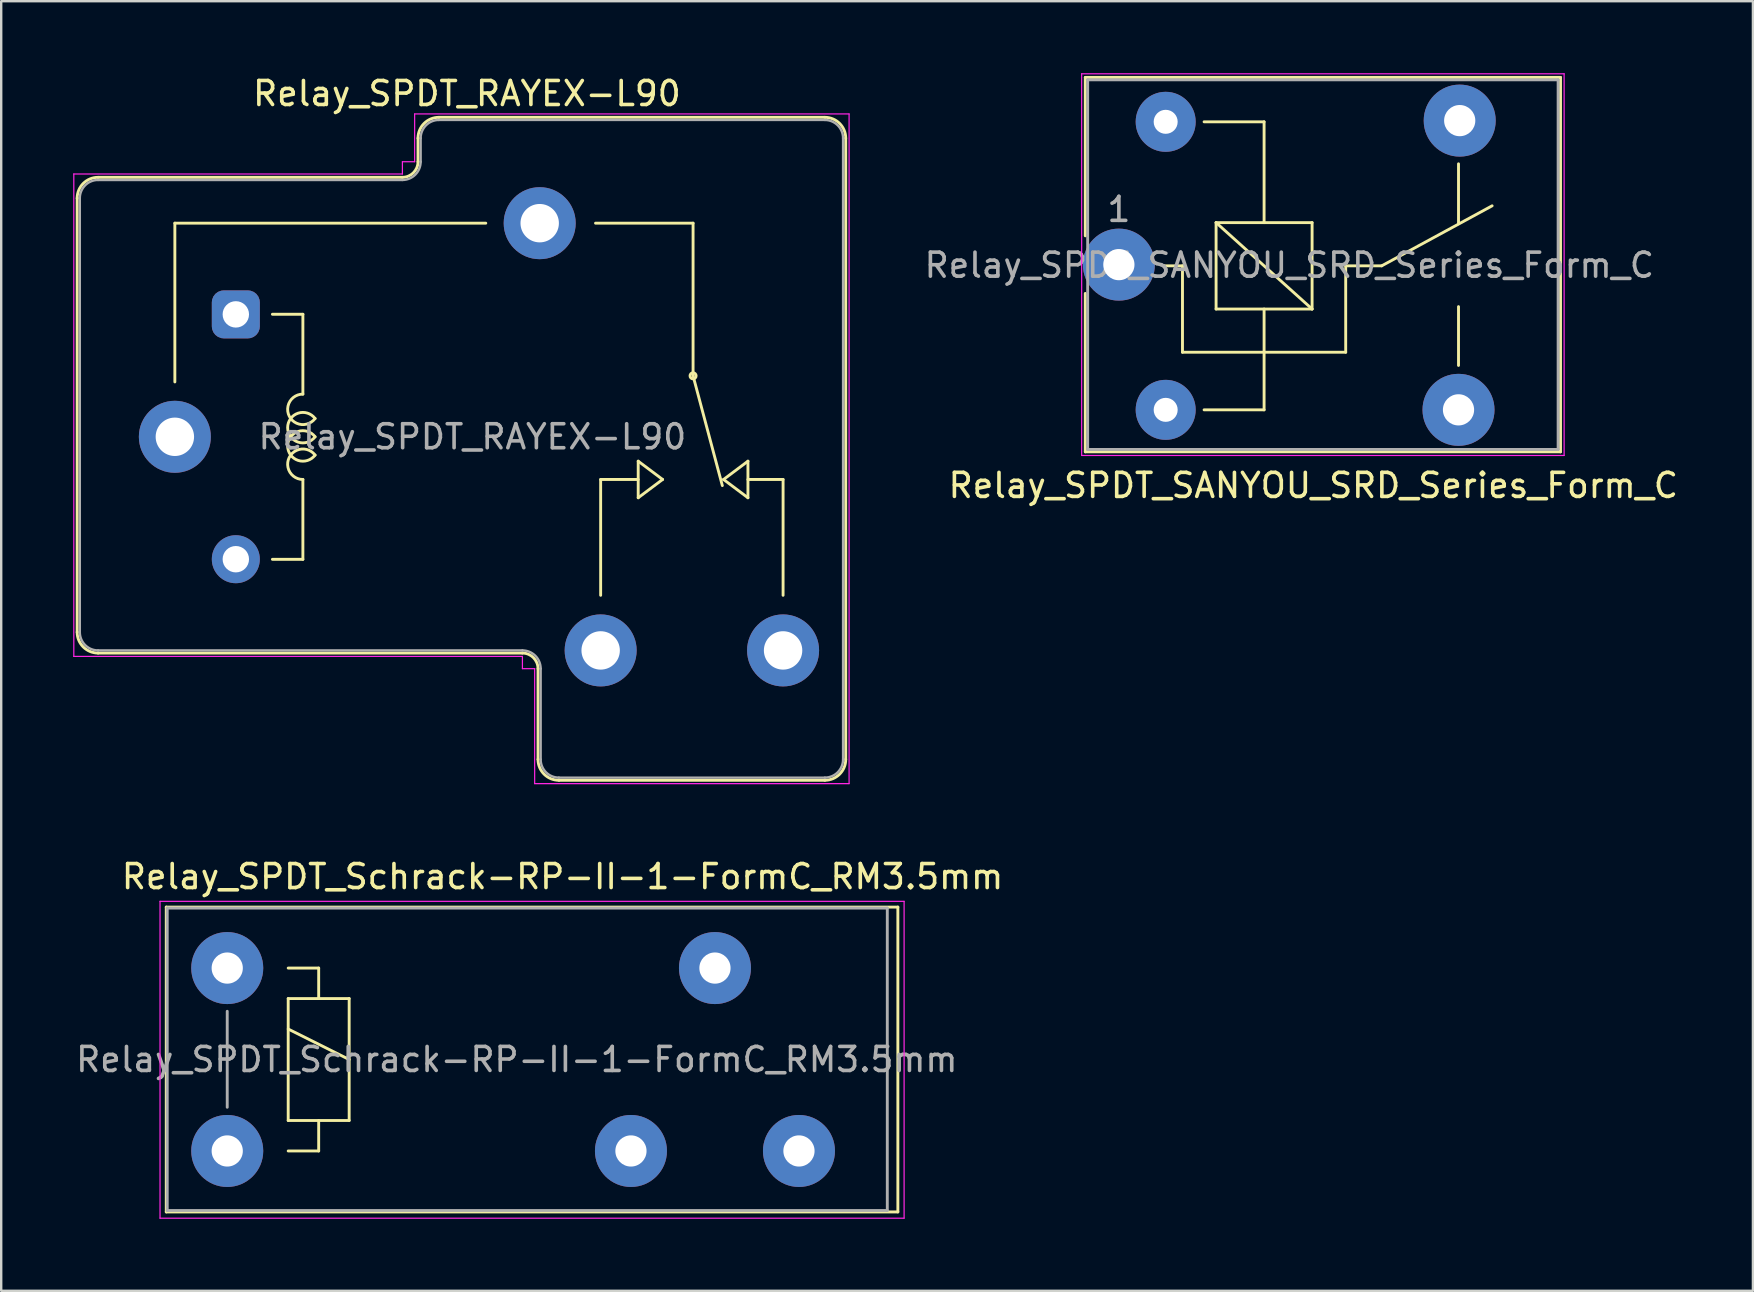
<source format=kicad_pcb>
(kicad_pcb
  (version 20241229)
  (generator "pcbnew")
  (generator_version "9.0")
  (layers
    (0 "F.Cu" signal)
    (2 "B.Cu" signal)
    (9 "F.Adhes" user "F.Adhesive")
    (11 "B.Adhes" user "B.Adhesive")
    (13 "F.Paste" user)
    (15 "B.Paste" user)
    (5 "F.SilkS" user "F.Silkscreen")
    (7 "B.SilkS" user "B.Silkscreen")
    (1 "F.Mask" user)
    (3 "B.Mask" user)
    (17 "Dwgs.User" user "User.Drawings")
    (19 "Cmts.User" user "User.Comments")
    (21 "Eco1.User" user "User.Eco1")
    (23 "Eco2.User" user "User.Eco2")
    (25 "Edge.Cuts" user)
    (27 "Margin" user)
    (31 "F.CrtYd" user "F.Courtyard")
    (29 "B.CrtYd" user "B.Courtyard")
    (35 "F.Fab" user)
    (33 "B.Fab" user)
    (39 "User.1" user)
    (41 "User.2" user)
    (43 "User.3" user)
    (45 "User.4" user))
  (footprint "Relay_SPDT_RAYEX-L90"
    (layer "F.Cu")
    (at 4.235 15.148)
    (property "Reference" "Relay_SPDT_RAYEX-L90" (at 12.167 -14.3 0) (layer "F.SilkS") (effects (font (size 1 1) (thickness 0.15))))
    (attr through_hole)
    (fp_line (start -4.07 -9.94) (end -4.07 8.14) (stroke (width 0.12) (type solid)) (layer "F.SilkS"))
    (fp_line (start -3.2 -10.81) (end 9.48 -10.81) (stroke (width 0.12) (type solid)) (layer "F.SilkS"))
    (fp_line (start -3.2 9.01) (end 14.48 9.01) (stroke (width 0.12) (type solid)) (layer "F.SilkS"))
    (fp_line (start 0 -8.9) (end 0 -2.286) (stroke (width 0.12) (type solid)) (layer "F.SilkS"))
    (fp_line (start 0 -8.9) (end 12.954 -8.9) (stroke (width 0.12) (type solid)) (layer "F.SilkS"))
    (fp_line (start 4.064 -5.105) (end 5.334 -5.105) (stroke (width 0.12) (type solid)) (layer "F.SilkS"))
    (fp_line (start 5.334 -1.778) (end 5.334 -5.105) (stroke (width 0.12) (type solid)) (layer "F.SilkS"))
    (fp_line (start 5.334 5.105) (end 4.064 5.105) (stroke (width 0.12) (type solid)) (layer "F.SilkS"))
    (fp_line (start 5.334 5.105) (end 5.334 1.778) (stroke (width 0.12) (type solid)) (layer "F.SilkS"))
    (fp_line (start 10.13 -12.44) (end 10.13 -11.46) (stroke (width 0.12) (type solid)) (layer "F.SilkS"))
    (fp_line (start 11 -13.31) (end 27.08 -13.31) (stroke (width 0.12) (type solid)) (layer "F.SilkS"))
    (fp_line (start 15.13 9.66) (end 15.13 13.44) (stroke (width 0.12) (type solid)) (layer "F.SilkS"))
    (fp_line (start 16 14.31) (end 27.08 14.31) (stroke (width 0.12) (type solid)) (layer "F.SilkS"))
    (fp_line (start 17.74 1.778) (end 19.304 1.778) (stroke (width 0.12) (type solid)) (layer "F.SilkS"))
    (fp_line (start 17.74 6.604) (end 17.74 1.778) (stroke (width 0.12) (type solid)) (layer "F.SilkS"))
    (fp_line (start 19.304 1.016) (end 19.304 2.54) (stroke (width 0.12) (type solid)) (layer "F.SilkS"))
    (fp_line (start 19.304 2.54) (end 20.32 1.778) (stroke (width 0.12) (type solid)) (layer "F.SilkS"))
    (fp_line (start 20.32 1.778) (end 19.304 1.016) (stroke (width 0.12) (type solid)) (layer "F.SilkS"))
    (fp_line (start 21.59 -8.9) (end 17.526 -8.9) (stroke (width 0.12) (type solid)) (layer "F.SilkS"))
    (fp_line (start 21.59 -2.54) (end 21.59 -8.9) (stroke (width 0.12) (type solid)) (layer "F.SilkS"))
    (fp_line (start 21.59 -2.54) (end 22.809 2.032) (stroke (width 0.12) (type solid)) (layer "F.SilkS"))
    (fp_line (start 22.86 1.778) (end 23.876 1.016) (stroke (width 0.12) (type solid)) (layer "F.SilkS"))
    (fp_line (start 23.876 1.778) (end 25.34 1.778) (stroke (width 0.12) (type solid)) (layer "F.SilkS"))
    (fp_line (start 23.876 2.54) (end 22.86 1.778) (stroke (width 0.12) (type solid)) (layer "F.SilkS"))
    (fp_line (start 23.876 2.54) (end 23.876 1.016) (stroke (width 0.12) (type solid)) (layer "F.SilkS"))
    (fp_line (start 25.34 1.778) (end 25.34 6.604) (stroke (width 0.12) (type solid)) (layer "F.SilkS"))
    (fp_line (start 27.95 -12.44) (end 27.95 13.44) (stroke (width 0.12) (type solid)) (layer "F.SilkS"))
    (fp_arc (start -4.07 -9.94) (mid -3.815183 -10.555183) (end -3.2 -10.81) (stroke (width 0.12) (type solid)) (layer "F.SilkS"))
    (fp_arc (start -3.2 9.01) (mid -3.815183 8.755183) (end -4.07 8.14) (stroke (width 0.12) (type solid)) (layer "F.SilkS"))
    (fp_arc (start 5.334002 1.777997) (mid 4.765966 0.859166) (end 5.841802 0.76173) (stroke (width 0.12) (type solid)) (layer "F.SilkS"))
    (fp_arc (start 5.8418 -0.761733) (mid 4.765964 -0.859168) (end 5.334 -1.778) (stroke (width 0.12) (type solid)) (layer "F.SilkS"))
    (fp_arc (start 5.842265 -0.000355) (mid 4.699002 -0.38078) (end 5.842 -0.762001) (stroke (width 0.12) (type solid)) (layer "F.SilkS"))
    (fp_arc (start 5.842266 0.761644) (mid 4.699003 0.381219) (end 5.842001 -0.000002) (stroke (width 0.12) (type solid)) (layer "F.SilkS"))
    (fp_arc (start 10.13 -12.44) (mid 10.384817 -13.055183) (end 11 -13.31) (stroke (width 0.12) (type solid)) (layer "F.SilkS"))
    (fp_arc (start 10.13 -11.46) (mid 9.939619 -11.000381) (end 9.48 -10.81) (stroke (width 0.12) (type solid)) (layer "F.SilkS"))
    (fp_arc (start 14.48 9.01) (mid 14.939619 9.200381) (end 15.13 9.66) (stroke (width 0.12) (type solid)) (layer "F.SilkS"))
    (fp_arc (start 16 14.31) (mid 15.384817 14.055183) (end 15.13 13.44) (stroke (width 0.12) (type solid)) (layer "F.SilkS"))
    (fp_arc (start 27.08 -13.31) (mid 27.695183 -13.055183) (end 27.95 -12.44) (stroke (width 0.12) (type solid)) (layer "F.SilkS"))
    (fp_arc (start 27.95 13.44) (mid 27.695183 14.055183) (end 27.08 14.31) (stroke (width 0.12) (type solid)) (layer "F.SilkS"))
    (fp_circle (center 21.59 -2.54) (end 21.59 -2.413) (stroke (width 0.12) (type solid)) (fill no) (layer "F.SilkS"))
    (fp_line (start -4.21 -10.95) (end -4.21 9.15) (stroke (width 0.05) (type solid)) (layer "F.CrtYd"))
    (fp_line (start -4.21 -10.95) (end 9.48 -10.95) (stroke (width 0.05) (type solid)) (layer "F.CrtYd"))
    (fp_line (start -4.21 9.15) (end 14.48 9.15) (stroke (width 0.05) (type solid)) (layer "F.CrtYd"))
    (fp_line (start 9.48 -11.46) (end 9.48 -10.95) (stroke (width 0.05) (type solid)) (layer "F.CrtYd"))
    (fp_line (start 9.48 -11.46) (end 9.99 -11.46) (stroke (width 0.05) (type solid)) (layer "F.CrtYd"))
    (fp_line (start 9.99 -13.45) (end 9.99 -11.46) (stroke (width 0.05) (type solid)) (layer "F.CrtYd"))
    (fp_line (start 9.99 -13.45) (end 28.09 -13.45) (stroke (width 0.05) (type solid)) (layer "F.CrtYd"))
    (fp_line (start 14.48 9.15) (end 14.48 9.66) (stroke (width 0.05) (type solid)) (layer "F.CrtYd"))
    (fp_line (start 14.48 9.66) (end 14.99 9.66) (stroke (width 0.05) (type solid)) (layer "F.CrtYd"))
    (fp_line (start 14.99 9.66) (end 14.99 14.45) (stroke (width 0.05) (type solid)) (layer "F.CrtYd"))
    (fp_line (start 14.99 14.45) (end 28.09 14.45) (stroke (width 0.05) (type solid)) (layer "F.CrtYd"))
    (fp_line (start 28.09 -13.45) (end 28.09 14.45) (stroke (width 0.05) (type solid)) (layer "F.CrtYd"))
    (fp_line (start -3.96 -9.94) (end -3.96 8.14) (stroke (width 0.1) (type solid)) (layer "F.Fab"))
    (fp_line (start -3.2 -10.7) (end 9.48 -10.7) (stroke (width 0.1) (type solid)) (layer "F.Fab"))
    (fp_line (start -3.2 8.9) (end 14.48 8.9) (stroke (width 0.1) (type solid)) (layer "F.Fab"))
    (fp_line (start 10.24 -12.44) (end 10.24 -11.46) (stroke (width 0.1) (type solid)) (layer "F.Fab"))
    (fp_line (start 11 -13.2) (end 27.08 -13.2) (stroke (width 0.1) (type solid)) (layer "F.Fab"))
    (fp_line (start 15.24 9.66) (end 15.24 13.44) (stroke (width 0.1) (type solid)) (layer "F.Fab"))
    (fp_line (start 16 14.2) (end 27.08 14.2) (stroke (width 0.1) (type solid)) (layer "F.Fab"))
    (fp_line (start 27.84 -12.44) (end 27.84 13.44) (stroke (width 0.1) (type solid)) (layer "F.Fab"))
    (fp_arc (start -3.96 -9.94) (mid -3.737401 -10.477401) (end -3.2 -10.7) (stroke (width 0.1) (type solid)) (layer "F.Fab"))
    (fp_arc (start -3.2 8.9) (mid -3.737401 8.677401) (end -3.96 8.14) (stroke (width 0.1) (type solid)) (layer "F.Fab"))
    (fp_arc (start 10.24 -12.44) (mid 10.462599 -12.977401) (end 11 -13.2) (stroke (width 0.1) (type solid)) (layer "F.Fab"))
    (fp_arc (start 10.24 -11.46) (mid 10.017401 -10.922599) (end 9.48 -10.7) (stroke (width 0.1) (type solid)) (layer "F.Fab"))
    (fp_arc (start 14.48 8.9) (mid 15.017401 9.122599) (end 15.24 9.66) (stroke (width 0.1) (type solid)) (layer "F.Fab"))
    (fp_arc (start 16 14.2) (mid 15.462599 13.977401) (end 15.24 13.44) (stroke (width 0.1) (type solid)) (layer "F.Fab"))
    (fp_arc (start 27.08 -13.2) (mid 27.617401 -12.977401) (end 27.84 -12.44) (stroke (width 0.1) (type solid)) (layer "F.Fab"))
    (fp_arc (start 27.84 13.44) (mid 27.617401 13.977401) (end 27.08 14.2) (stroke (width 0.1) (type solid)) (layer "F.Fab"))
    (fp_text user "${REFERENCE}" (at 12.395 0 0) (layer "F.Fab") (effects (font (size 1 1) (thickness 0.15))))
    (pad "11A" thru_hole circle (at 0 0 180) (size 3 3) (drill 1.6) (layers "*.Cu" "*.Mask"))
    (pad "11B" thru_hole circle (at 15.2 -8.9 180) (size 3 3) (drill 1.6) (layers "*.Cu" "*.Mask"))
    (pad "12" thru_hole circle (at 25.34 8.9 180) (size 3 3) (drill 1.6) (layers "*.Cu" "*.Mask"))
    (pad "14" thru_hole circle (at 17.74 8.9 180) (size 3 3) (drill 1.6) (layers "*.Cu" "*.Mask"))
    (pad "A1" thru_hole roundrect (at 2.54 -5.1 180) (size 2 2) (drill 1.1) (layers "*.Cu" "*.Mask") (roundrect_rratio 0.25))
    (pad "A2" thru_hole circle (at 2.54 5.1 180) (size 2 2) (drill 1.1) (layers "*.Cu" "*.Mask")))
  (footprint "Relay_SPDT_Schrack-RP-II-1-FormC_RM3.5mm"
    (layer "F.Cu")
    (at 6.417 37.282)
    (property "Reference" "Relay_SPDT_Schrack-RP-II-1-FormC_RM3.5mm" (at 13.97 -3.81 0) (layer "F.SilkS") (effects (font (size 1 1) (thickness 0.15))))
    (attr through_hole)
    (fp_line (start -2.54 -2.54) (end 27.94 -2.54) (stroke (width 0.12) (type solid)) (layer "F.SilkS"))
    (fp_line (start -2.54 10.16) (end -2.54 -2.54) (stroke (width 0.12) (type solid)) (layer "F.SilkS"))
    (fp_line (start 2.54 0) (end 3.81 0) (stroke (width 0.12) (type solid)) (layer "F.SilkS"))
    (fp_line (start 2.54 1.27) (end 3.81 1.27) (stroke (width 0.12) (type solid)) (layer "F.SilkS"))
    (fp_line (start 2.54 2.54) (end 5.08 3.81) (stroke (width 0.12) (type solid)) (layer "F.SilkS"))
    (fp_line (start 2.54 6.35) (end 2.54 1.27) (stroke (width 0.12) (type solid)) (layer "F.SilkS"))
    (fp_line (start 3.81 0) (end 3.81 1.27) (stroke (width 0.12) (type solid)) (layer "F.SilkS"))
    (fp_line (start 3.81 1.27) (end 5.08 1.27) (stroke (width 0.12) (type solid)) (layer "F.SilkS"))
    (fp_line (start 3.81 6.35) (end 3.81 7.62) (stroke (width 0.12) (type solid)) (layer "F.SilkS"))
    (fp_line (start 3.81 7.62) (end 2.54 7.62) (stroke (width 0.12) (type solid)) (layer "F.SilkS"))
    (fp_line (start 5.08 1.27) (end 5.08 6.35) (stroke (width 0.12) (type solid)) (layer "F.SilkS"))
    (fp_line (start 5.08 6.35) (end 2.54 6.35) (stroke (width 0.12) (type solid)) (layer "F.SilkS"))
    (fp_line (start 27.94 -2.54) (end 27.94 10.16) (stroke (width 0.12) (type solid)) (layer "F.SilkS"))
    (fp_line (start 27.94 10.16) (end -2.54 10.16) (stroke (width 0.12) (type solid)) (layer "F.SilkS"))
    (fp_line (start -2.8 -2.78) (end 28.2 -2.78) (stroke (width 0.05) (type solid)) (layer "F.CrtYd"))
    (fp_line (start -2.8 10.42) (end -2.8 -2.78) (stroke (width 0.05) (type solid)) (layer "F.CrtYd"))
    (fp_line (start 28.2 -2.78) (end 28.2 10.42) (stroke (width 0.05) (type solid)) (layer "F.CrtYd"))
    (fp_line (start 28.2 10.42) (end -2.8 10.42) (stroke (width 0.05) (type solid)) (layer "F.CrtYd"))
    (fp_line (start -2.5 -2.5) (end 27.5 -2.5) (stroke (width 0.12) (type solid)) (layer "F.Fab"))
    (fp_line (start -2.5 10.1) (end -2.5 -2.5) (stroke (width 0.12) (type solid)) (layer "F.Fab"))
    (fp_line (start 0 1.8) (end 0 5.8) (stroke (width 0.12) (type solid)) (layer "F.Fab"))
    (fp_line (start 27.5 -2.5) (end 27.5 10.1) (stroke (width 0.12) (type solid)) (layer "F.Fab"))
    (fp_line (start 27.5 10.1) (end -2.5 10.1) (stroke (width 0.12) (type solid)) (layer "F.Fab"))
    (fp_text user "${REFERENCE}" (at 12.065 3.81 0) (layer "F.Fab") (effects (font (size 1 1) (thickness 0.15))))
    (pad "11" thru_hole circle (at 20.32 0) (size 3 3) (drill 1.3) (layers "*.Cu" "*.Mask"))
    (pad "12" thru_hole circle (at 16.82 7.62) (size 3 3) (drill 1.3) (layers "*.Cu" "*.Mask"))
    (pad "14" thru_hole circle (at 23.82 7.62) (size 3 3) (drill 1.3) (layers "*.Cu" "*.Mask"))
    (pad "A1" thru_hole circle (at 0 0) (size 3 3) (drill 1.3) (layers "*.Cu" "*.Mask"))
    (pad "A2" thru_hole circle (at 0 7.62) (size 3 3) (drill 1.3) (layers "*.Cu" "*.Mask")))
  (footprint "Relay_SPDT_SANYOU_SRD_Series_Form_C"
    (layer "F.Cu")
    (at 43.565 7.975)
    (property "Reference" "Relay_SPDT_SANYOU_SRD_Series_Form_C" (at 8.1 9.2 0) (layer "F.SilkS") (effects (font (size 1 1) (thickness 0.15))))
    (attr through_hole)
    (fp_line (start -1.4 -7.8) (end -1.4 -1.2) (stroke (width 0.12) (type solid)) (layer "F.SilkS"))
    (fp_line (start -1.4 -7.8) (end 18.4 -7.8) (stroke (width 0.12) (type solid)) (layer "F.SilkS"))
    (fp_line (start -1.4 1.2) (end -1.4 7.8) (stroke (width 0.12) (type solid)) (layer "F.SilkS"))
    (fp_line (start 2.65 0.05) (end 1.85 0.05) (stroke (width 0.12) (type solid)) (layer "F.SilkS"))
    (fp_line (start 2.65 0.05) (end 2.65 3.65) (stroke (width 0.12) (type solid)) (layer "F.SilkS"))
    (fp_line (start 3.55 6.05) (end 6.05 6.05) (stroke (width 0.12) (type solid)) (layer "F.SilkS"))
    (fp_line (start 4.05 -1.75) (end 8.05 -1.75) (stroke (width 0.12) (type solid)) (layer "F.SilkS"))
    (fp_line (start 4.05 1.85) (end 4.05 -1.75) (stroke (width 0.12) (type solid)) (layer "F.SilkS"))
    (fp_line (start 6.05 -5.95) (end 3.55 -5.95) (stroke (width 0.12) (type solid)) (layer "F.SilkS"))
    (fp_line (start 6.05 -5.95) (end 6.05 -1.75) (stroke (width 0.12) (type solid)) (layer "F.SilkS"))
    (fp_line (start 6.05 1.85) (end 6.05 6.05) (stroke (width 0.12) (type solid)) (layer "F.SilkS"))
    (fp_line (start 8.05 -1.75) (end 8.05 1.85) (stroke (width 0.12) (type solid)) (layer "F.SilkS"))
    (fp_line (start 8.05 1.85) (end 4.05 -1.75) (stroke (width 0.12) (type solid)) (layer "F.SilkS"))
    (fp_line (start 8.05 1.85) (end 4.05 1.85) (stroke (width 0.12) (type solid)) (layer "F.SilkS"))
    (fp_line (start 9.45 0.05) (end 9.45 3.65) (stroke (width 0.12) (type solid)) (layer "F.SilkS"))
    (fp_line (start 9.45 0.05) (end 10.95 0.05) (stroke (width 0.12) (type solid)) (layer "F.SilkS"))
    (fp_line (start 9.45 3.65) (end 2.65 3.65) (stroke (width 0.12) (type solid)) (layer "F.SilkS"))
    (fp_line (start 10.95 0.05) (end 15.55 -2.45) (stroke (width 0.12) (type solid)) (layer "F.SilkS"))
    (fp_line (start 14.15 -4.2) (end 14.15 -1.7) (stroke (width 0.12) (type solid)) (layer "F.SilkS"))
    (fp_line (start 14.15 4.2) (end 14.15 1.75) (stroke (width 0.12) (type solid)) (layer "F.SilkS"))
    (fp_line (start 18.4 -7.8) (end 18.4 7.8) (stroke (width 0.12) (type solid)) (layer "F.SilkS"))
    (fp_line (start 18.4 7.8) (end -1.4 7.8) (stroke (width 0.12) (type solid)) (layer "F.SilkS"))
    (fp_line (start -1.55 7.95) (end -1.55 -7.95) (stroke (width 0.05) (type solid)) (layer "F.CrtYd"))
    (fp_line (start -1.55 7.95) (end 18.55 7.95) (stroke (width 0.05) (type solid)) (layer "F.CrtYd"))
    (fp_line (start 18.55 -7.95) (end -1.55 -7.95) (stroke (width 0.05) (type solid)) (layer "F.CrtYd"))
    (fp_line (start 18.55 -7.95) (end 18.55 7.95) (stroke (width 0.05) (type solid)) (layer "F.CrtYd"))
    (fp_line (start -1.3 -7.7) (end 18.3 -7.7) (stroke (width 0.12) (type solid)) (layer "F.Fab"))
    (fp_line (start -1.3 7.7) (end -1.3 -7.7) (stroke (width 0.12) (type solid)) (layer "F.Fab"))
    (fp_line (start 18.3 -7.7) (end 18.3 7.7) (stroke (width 0.12) (type solid)) (layer "F.Fab"))
    (fp_line (start 18.3 7.7) (end -1.3 7.7) (stroke (width 0.12) (type solid)) (layer "F.Fab"))
    (fp_text user "${REFERENCE}" (at 7.1 0.025 0) (layer "F.Fab") (effects (font (size 1 1) (thickness 0.15))))
    (fp_text user "1" (at 0 -2.3 0) (layer "F.Fab") (effects (font (size 1 1) (thickness 0.15))))
    (pad "1" thru_hole circle (at 0 0 90) (size 3 3) (drill 1.3) (layers "*.Cu" "*.Mask"))
    (pad "2" thru_hole circle (at 1.95 6.05 90) (size 2.5 2.5) (drill 1) (layers "*.Cu" "*.Mask"))
    (pad "3" thru_hole circle (at 14.15 6.05 90) (size 3 3) (drill 1.3) (layers "*.Cu" "*.Mask"))
    (pad "4" thru_hole circle (at 14.2 -6 90) (size 3 3) (drill 1.3) (layers "*.Cu" "*.Mask"))
    (pad "5" thru_hole circle (at 1.95 -5.95 90) (size 2.5 2.5) (drill 1) (layers "*.Cu" "*.Mask")))
  (gr_rect
    (start -3 -3)
    (end 69.981 50.727)
    (stroke (width 0.1) (type default))
    (fill no)
    (layer "Edge.Cuts")))
</source>
